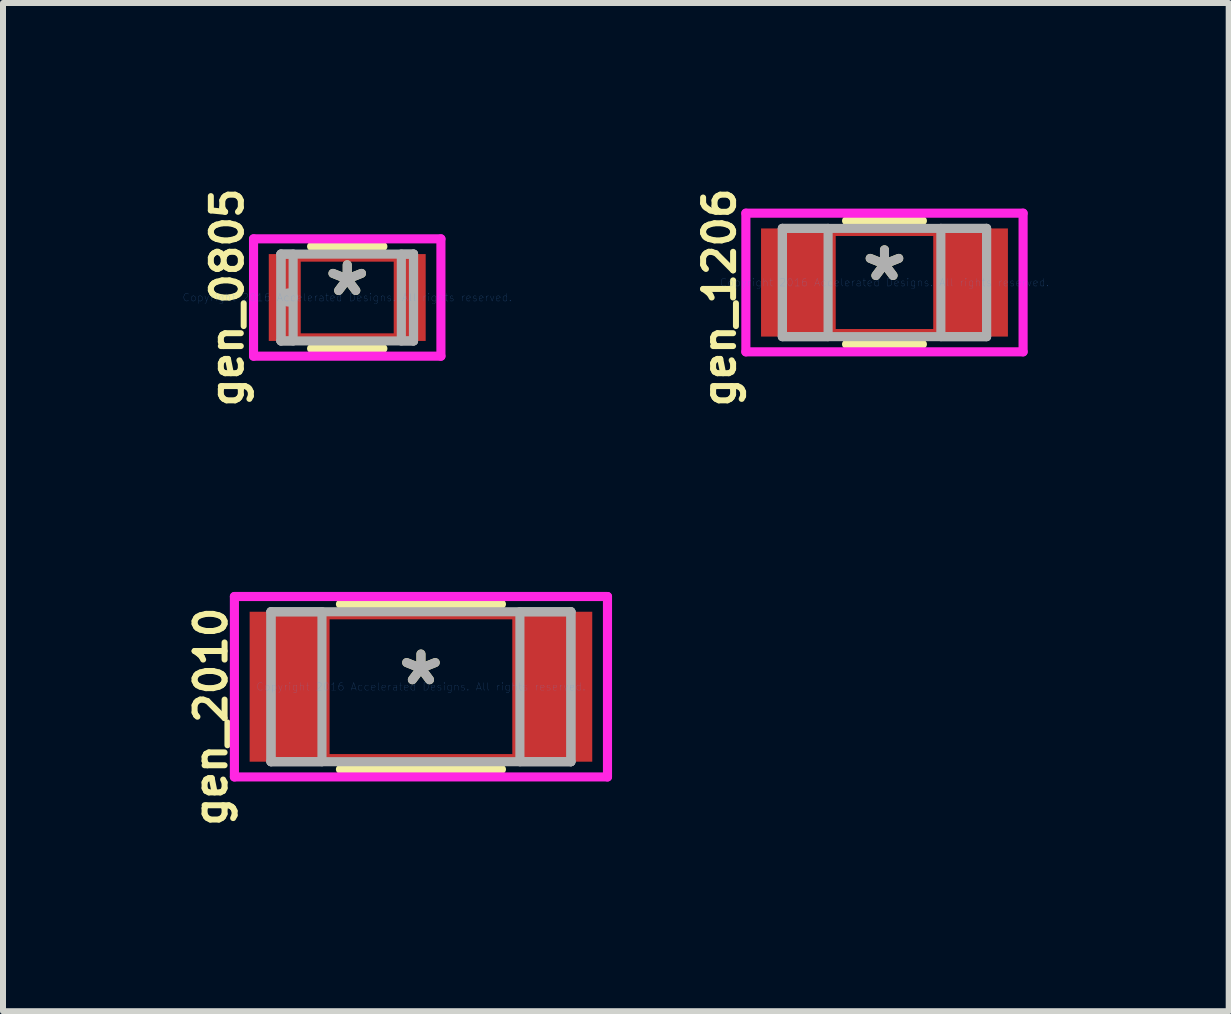
<source format=kicad_pcb>
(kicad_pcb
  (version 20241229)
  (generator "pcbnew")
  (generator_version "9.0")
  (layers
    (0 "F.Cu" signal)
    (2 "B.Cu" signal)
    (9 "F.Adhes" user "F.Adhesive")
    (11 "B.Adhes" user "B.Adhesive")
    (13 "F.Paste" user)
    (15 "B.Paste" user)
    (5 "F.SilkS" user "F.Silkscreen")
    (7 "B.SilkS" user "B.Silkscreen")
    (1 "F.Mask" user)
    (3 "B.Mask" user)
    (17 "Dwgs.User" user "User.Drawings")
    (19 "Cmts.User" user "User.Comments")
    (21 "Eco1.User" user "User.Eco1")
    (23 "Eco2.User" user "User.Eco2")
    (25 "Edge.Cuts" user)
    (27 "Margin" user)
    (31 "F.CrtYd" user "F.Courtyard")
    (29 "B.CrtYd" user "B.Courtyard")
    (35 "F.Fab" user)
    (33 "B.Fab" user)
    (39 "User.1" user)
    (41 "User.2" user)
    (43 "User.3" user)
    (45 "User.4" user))
  (footprint "gen_2010"
    (layer "F.Cu")
    (at 3.968 8.399)
    (property "Reference" "gen_2010" (at -3.5 0.5 90) (layer "F.SilkS") (effects (font (size 0.5 0.5) (thickness 0.1))))
    (attr through_hole)
    (fp_line (start -1.599 -1.199) (end 1.599 -1.199) (stroke (width 0.152) (type solid)) (layer "F.Cu"))
    (fp_line (start -1.599 1.199) (end -1.599 -1.199) (stroke (width 0.152) (type solid)) (layer "F.Cu"))
    (fp_line (start 1.599 -1.199) (end 1.599 1.199) (stroke (width 0.152) (type solid)) (layer "F.Cu"))
    (fp_line (start 1.599 1.199) (end -1.599 1.199) (stroke (width 0.152) (type solid)) (layer "F.Cu"))
    (fp_line (start -1.342 1.377) (end 1.342 1.377) (stroke (width 0.152) (type solid)) (layer "F.SilkS"))
    (fp_line (start 1.342 -1.377) (end -1.342 -1.377) (stroke (width 0.152) (type solid)) (layer "F.SilkS"))
    (fp_line (start -3.11 -1.504) (end 3.11 -1.504) (stroke (width 0.152) (type solid)) (layer "F.CrtYd"))
    (fp_line (start -3.11 1.504) (end -3.11 -1.504) (stroke (width 0.152) (type solid)) (layer "F.CrtYd"))
    (fp_line (start 3.11 -1.504) (end 3.11 1.504) (stroke (width 0.152) (type solid)) (layer "F.CrtYd"))
    (fp_line (start 3.11 1.504) (end -3.11 1.504) (stroke (width 0.152) (type solid)) (layer "F.CrtYd"))
    (fp_line (start -2.5 -1.25) (end -2.5 1.25) (stroke (width 0.152) (type solid)) (layer "F.Fab"))
    (fp_line (start -2.5 -1.25) (end -2.5 1.25) (stroke (width 0.152) (type solid)) (layer "F.Fab"))
    (fp_line (start -2.5 1.25) (end -1.65 1.25) (stroke (width 0.152) (type solid)) (layer "F.Fab"))
    (fp_line (start -2.5 1.25) (end 2.5 1.25) (stroke (width 0.152) (type solid)) (layer "F.Fab"))
    (fp_line (start -1.65 -1.25) (end -2.5 -1.25) (stroke (width 0.152) (type solid)) (layer "F.Fab"))
    (fp_line (start -1.65 1.25) (end -1.65 -1.25) (stroke (width 0.152) (type solid)) (layer "F.Fab"))
    (fp_line (start 1.65 -1.25) (end 1.65 1.25) (stroke (width 0.152) (type solid)) (layer "F.Fab"))
    (fp_line (start 1.65 1.25) (end 2.5 1.25) (stroke (width 0.152) (type solid)) (layer "F.Fab"))
    (fp_line (start 2.5 -1.25) (end -2.5 -1.25) (stroke (width 0.152) (type solid)) (layer "F.Fab"))
    (fp_line (start 2.5 -1.25) (end 1.65 -1.25) (stroke (width 0.152) (type solid)) (layer "F.Fab"))
    (fp_line (start 2.5 1.25) (end 2.5 -1.25) (stroke (width 0.152) (type solid)) (layer "F.Fab"))
    (fp_line (start 2.5 1.25) (end 2.5 -1.25) (stroke (width 0.152) (type solid)) (layer "F.Fab"))
    (fp_text user "*" (at 0 0 0) (layer "F.SilkS") (effects (font (size 1 1) (thickness 0.15))))
    (fp_text user "Copyright 2016 Accelerated Designs. All rights reserved." (at 0 0 0) (layer "Cmts.User") (effects (font (size 0.127 0.127) (thickness 0.002))))
    (fp_text user "*" (at 0 0 0) (layer "F.Fab") (effects (font (size 1 1) (thickness 0.15))))
    (pad "1" smd rect (at -2.253 0) (size 1.206 2.5) (layers "F.Cu" "F.Mask" "F.Paste"))
    (pad "2" smd rect (at 2.253 0) (size 1.206 2.5) (layers "F.Cu" "F.Mask" "F.Paste")))
  (footprint "gen_0805"
    (layer "F.Cu")
    (at 2.739 1.91)
    (property "Reference" "gen_0805" (at -2 0 90) (layer "F.SilkS") (effects (font (size 0.5 0.5) (thickness 0.1))))
    (attr through_hole)
    (fp_line (start -0.851 -0.673) (end 0.851 -0.673) (stroke (width 0.152) (type solid)) (layer "F.Cu"))
    (fp_line (start -0.851 0.673) (end -0.851 -0.673) (stroke (width 0.152) (type solid)) (layer "F.Cu"))
    (fp_line (start 0.851 -0.673) (end 0.851 0.673) (stroke (width 0.152) (type solid)) (layer "F.Cu"))
    (fp_line (start 0.851 0.673) (end -0.851 0.673) (stroke (width 0.152) (type solid)) (layer "F.Cu"))
    (fp_line (start -0.594 0.851) (end 0.594 0.851) (stroke (width 0.152) (type solid)) (layer "F.SilkS"))
    (fp_line (start 0.594 -0.851) (end -0.594 -0.851) (stroke (width 0.152) (type solid)) (layer "F.SilkS"))
    (fp_line (start -1.562 -0.978) (end 1.562 -0.978) (stroke (width 0.152) (type solid)) (layer "F.CrtYd"))
    (fp_line (start -1.562 0.978) (end -1.562 -0.978) (stroke (width 0.152) (type solid)) (layer "F.CrtYd"))
    (fp_line (start 1.562 -0.978) (end 1.562 0.978) (stroke (width 0.152) (type solid)) (layer "F.CrtYd"))
    (fp_line (start 1.562 0.978) (end -1.562 0.978) (stroke (width 0.152) (type solid)) (layer "F.CrtYd"))
    (fp_line (start -1.105 -0.724) (end -1.105 0.724) (stroke (width 0.152) (type solid)) (layer "F.Fab"))
    (fp_line (start -1.105 -0.724) (end -1.105 0.724) (stroke (width 0.152) (type solid)) (layer "F.Fab"))
    (fp_line (start -1.105 0.724) (end -0.902 0.724) (stroke (width 0.152) (type solid)) (layer "F.Fab"))
    (fp_line (start -1.105 0.724) (end 1.105 0.724) (stroke (width 0.152) (type solid)) (layer "F.Fab"))
    (fp_line (start -0.902 -0.724) (end -1.105 -0.724) (stroke (width 0.152) (type solid)) (layer "F.Fab"))
    (fp_line (start -0.902 0.724) (end -0.902 -0.724) (stroke (width 0.152) (type solid)) (layer "F.Fab"))
    (fp_line (start 0.902 -0.724) (end 0.902 0.724) (stroke (width 0.152) (type solid)) (layer "F.Fab"))
    (fp_line (start 0.902 0.724) (end 1.105 0.724) (stroke (width 0.152) (type solid)) (layer "F.Fab"))
    (fp_line (start 1.105 -0.724) (end -1.105 -0.724) (stroke (width 0.152) (type solid)) (layer "F.Fab"))
    (fp_line (start 1.105 -0.724) (end 0.902 -0.724) (stroke (width 0.152) (type solid)) (layer "F.Fab"))
    (fp_line (start 1.105 0.724) (end 1.105 -0.724) (stroke (width 0.152) (type solid)) (layer "F.Fab"))
    (fp_line (start 1.105 0.724) (end 1.105 -0.724) (stroke (width 0.152) (type solid)) (layer "F.Fab"))
    (fp_circle (center -0.978 0) (end -0.902 0) (stroke (width 0.152) (type solid)) (fill no) (layer "F.Fab"))
    (fp_text user "*" (at 0 0 0) (layer "F.SilkS") (effects (font (size 1 1) (thickness 0.15))))
    (fp_text user "Copyright 2016 Accelerated Designs. All rights reserved." (at 0 0 0) (layer "Cmts.User") (effects (font (size 0.127 0.127) (thickness 0.002))))
    (fp_text user "*" (at 0 0 0) (layer "F.Fab") (effects (font (size 1 1) (thickness 0.15))))
    (pad "1" smd rect (at -1.105 0) (size 0.406 1.448) (layers "F.Cu" "F.Mask" "F.Paste"))
    (pad "2" smd rect (at 1.105 0) (size 0.406 1.448) (layers "F.Cu" "F.Mask" "F.Paste")))
  (footprint "gen_1206"
    (layer "F.Cu")
    (at 11.696 1.66)
    (property "Reference" "gen_1206" (at -2.75 0.25 90) (layer "F.SilkS") (effects (font (size 0.5 0.5) (thickness 0.1))))
    (attr through_hole)
    (fp_line (start -0.889 -0.851) (end 0.889 -0.851) (stroke (width 0.152) (type solid)) (layer "F.Cu"))
    (fp_line (start -0.889 0.851) (end -0.889 -0.851) (stroke (width 0.152) (type solid)) (layer "F.Cu"))
    (fp_line (start 0.889 -0.851) (end 0.889 0.851) (stroke (width 0.152) (type solid)) (layer "F.Cu"))
    (fp_line (start 0.889 0.851) (end -0.889 0.851) (stroke (width 0.152) (type solid)) (layer "F.Cu"))
    (fp_line (start -0.632 1.029) (end 0.632 1.029) (stroke (width 0.152) (type solid)) (layer "F.SilkS"))
    (fp_line (start 0.632 -1.029) (end -0.632 -1.029) (stroke (width 0.152) (type solid)) (layer "F.SilkS"))
    (fp_line (start -2.311 -1.156) (end 2.311 -1.156) (stroke (width 0.152) (type solid)) (layer "F.CrtYd"))
    (fp_line (start -2.311 1.156) (end -2.311 -1.156) (stroke (width 0.152) (type solid)) (layer "F.CrtYd"))
    (fp_line (start 2.311 -1.156) (end 2.311 1.156) (stroke (width 0.152) (type solid)) (layer "F.CrtYd"))
    (fp_line (start 2.311 1.156) (end -2.311 1.156) (stroke (width 0.152) (type solid)) (layer "F.CrtYd"))
    (fp_line (start -1.702 -0.902) (end -1.702 0.902) (stroke (width 0.152) (type solid)) (layer "F.Fab"))
    (fp_line (start -1.702 -0.902) (end -1.702 0.902) (stroke (width 0.152) (type solid)) (layer "F.Fab"))
    (fp_line (start -1.702 0.902) (end -0.94 0.902) (stroke (width 0.152) (type solid)) (layer "F.Fab"))
    (fp_line (start -1.702 0.902) (end 1.702 0.902) (stroke (width 0.152) (type solid)) (layer "F.Fab"))
    (fp_line (start -0.94 -0.902) (end -1.702 -0.902) (stroke (width 0.152) (type solid)) (layer "F.Fab"))
    (fp_line (start -0.94 0.902) (end -0.94 -0.902) (stroke (width 0.152) (type solid)) (layer "F.Fab"))
    (fp_line (start 0.94 -0.902) (end 0.94 0.902) (stroke (width 0.152) (type solid)) (layer "F.Fab"))
    (fp_line (start 0.94 0.902) (end 1.702 0.902) (stroke (width 0.152) (type solid)) (layer "F.Fab"))
    (fp_line (start 1.702 -0.902) (end -1.702 -0.902) (stroke (width 0.152) (type solid)) (layer "F.Fab"))
    (fp_line (start 1.702 -0.902) (end 0.94 -0.902) (stroke (width 0.152) (type solid)) (layer "F.Fab"))
    (fp_line (start 1.702 0.902) (end 1.702 -0.902) (stroke (width 0.152) (type solid)) (layer "F.Fab"))
    (fp_line (start 1.702 0.902) (end 1.702 -0.902) (stroke (width 0.152) (type solid)) (layer "F.Fab"))
    (fp_text user "*" (at 0 0 0) (layer "F.SilkS") (effects (font (size 1 1) (thickness 0.15))))
    (fp_text user "Copyright 2016 Accelerated Designs. All rights reserved." (at 0 0 0) (layer "Cmts.User") (effects (font (size 0.127 0.127) (thickness 0.002))))
    (fp_text user "*" (at 0 0 0) (layer "F.Fab") (effects (font (size 1 1) (thickness 0.15))))
    (pad "1" smd rect (at -1.499 0) (size 1.118 1.803) (layers "F.Cu" "F.Mask" "F.Paste"))
    (pad "2" smd rect (at 1.499 0) (size 1.118 1.803) (layers "F.Cu" "F.Mask" "F.Paste")))
  (gr_rect
    (start -3 -3)
    (end 17.435 13.809)
    (stroke (width 0.1) (type default))
    (fill no)
    (layer "Edge.Cuts")))
</source>
